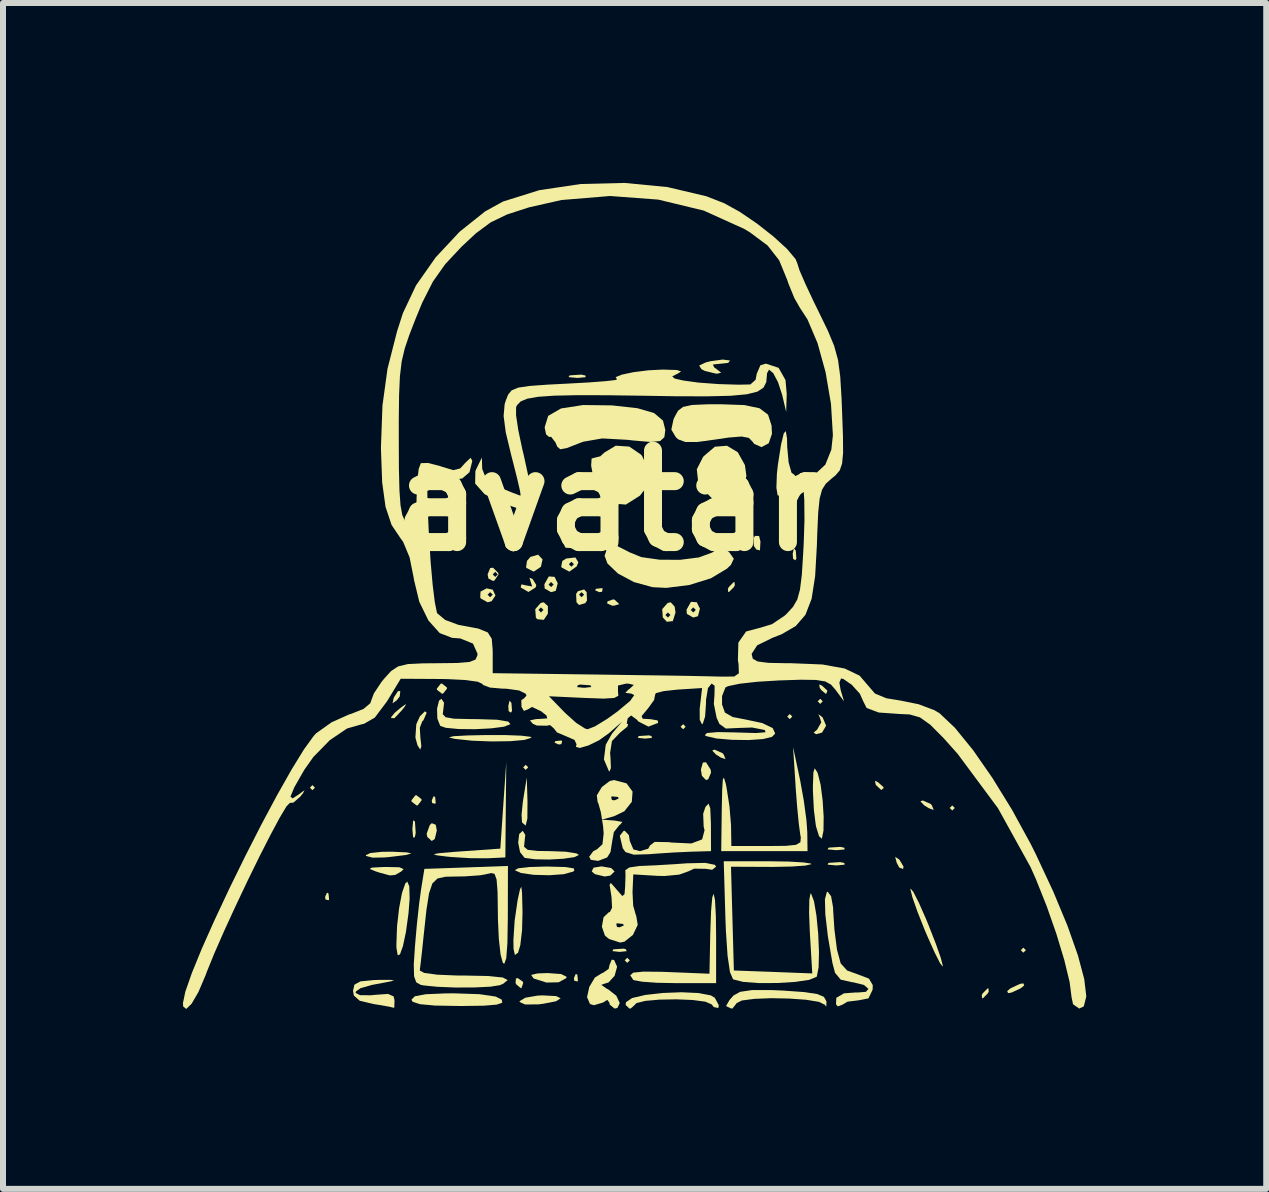
<source format=kicad_pcb>
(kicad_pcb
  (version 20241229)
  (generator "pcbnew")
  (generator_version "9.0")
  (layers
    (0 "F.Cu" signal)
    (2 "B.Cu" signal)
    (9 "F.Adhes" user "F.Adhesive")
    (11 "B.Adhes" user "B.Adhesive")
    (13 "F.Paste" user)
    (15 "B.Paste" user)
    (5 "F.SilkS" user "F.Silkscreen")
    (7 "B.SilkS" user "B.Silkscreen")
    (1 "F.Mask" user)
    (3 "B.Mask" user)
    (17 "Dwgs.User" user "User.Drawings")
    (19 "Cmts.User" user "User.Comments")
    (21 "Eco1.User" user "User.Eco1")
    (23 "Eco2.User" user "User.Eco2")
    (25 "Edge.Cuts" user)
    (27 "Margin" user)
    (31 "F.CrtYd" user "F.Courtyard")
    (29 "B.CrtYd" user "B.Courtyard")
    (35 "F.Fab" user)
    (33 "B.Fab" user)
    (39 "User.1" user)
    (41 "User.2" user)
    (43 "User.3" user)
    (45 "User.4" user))
  (footprint "avatar"
    (layer "F.Cu")
    (at 7.112 5.299)
    (property "Reference" "avatar" (at 0 0 0) (layer "F.SilkS") (effects (font (size 1.524 1.524) (thickness 0.3))))
    (attr board_only exclude_from_pos_files exclude_from_bom)
    (fp_poly (pts (xy -0.124 5.317) (xy -0.127 5.317) (xy -0.124 5.316)) (stroke (width 0) (type solid)) (fill yes) (layer "F.SilkS"))
    (fp_poly (pts (xy -4.911 4.784) (xy -4.953 4.826) (xy -4.995 4.784) (xy -4.953 4.741)) (stroke (width 0) (type solid)) (fill yes) (layer "F.SilkS"))
    (fp_poly (pts (xy -1.355 4.445) (xy -1.397 4.487) (xy -1.439 4.445) (xy -1.397 4.403)) (stroke (width 0) (type solid)) (fill yes) (layer "F.SilkS"))
    (fp_poly (pts (xy 0.339 7.662) (xy 0.296 7.705) (xy 0.254 7.662) (xy 0.296 7.62)) (stroke (width 0) (type solid)) (fill yes) (layer "F.SilkS"))
    (fp_poly (pts (xy 1.27 3.768) (xy 1.228 3.81) (xy 1.185 3.768) (xy 1.228 3.725)) (stroke (width 0) (type solid)) (fill yes) (layer "F.SilkS"))
    (fp_poly (pts (xy 3.048 3.598) (xy 3.006 3.641) (xy 2.963 3.598) (xy 3.006 3.556)) (stroke (width 0) (type solid)) (fill yes) (layer "F.SilkS"))
    (fp_poly (pts (xy 3.556 3.344) (xy 3.514 3.387) (xy 3.471 3.344) (xy 3.514 3.302)) (stroke (width 0) (type solid)) (fill yes) (layer "F.SilkS"))
    (fp_poly (pts (xy 5.757 5.122) (xy 5.715 5.165) (xy 5.673 5.122) (xy 5.715 5.08)) (stroke (width 0) (type solid)) (fill yes) (layer "F.SilkS"))
    (fp_poly (pts (xy 6.943 7.493) (xy 6.9 7.535) (xy 6.858 7.493) (xy 6.9 7.451)) (stroke (width 0) (type solid)) (fill yes) (layer "F.SilkS"))
    (fp_poly (pts (xy -4.685 6.548) (xy -4.675 6.648) (xy -4.685 6.66) (xy -4.735 6.649) (xy -4.741 6.604) (xy -4.71 6.534)) (stroke (width 0) (type solid)) (fill yes) (layer "F.SilkS"))
    (fp_poly (pts (xy -2.907 4.939) (xy -2.897 5.039) (xy -2.907 5.052) (xy -2.957 5.04) (xy -2.963 4.995) (xy -2.932 4.926)) (stroke (width 0) (type solid)) (fill yes) (layer "F.SilkS"))
    (fp_poly (pts (xy -1.635 3.371) (xy -1.625 3.503) (xy -1.642 3.533) (xy -1.681 3.508) (xy -1.687 3.422) (xy -1.666 3.332)) (stroke (width 0) (type solid)) (fill yes) (layer "F.SilkS"))
    (fp_poly (pts (xy -0.79 4.008) (xy -0.802 4.058) (xy -0.847 4.064) (xy -0.916 4.033) (xy -0.903 4.008) (xy -0.803 3.997)) (stroke (width 0) (type solid)) (fill yes) (layer "F.SilkS"))
    (fp_poly (pts (xy -0.536 7.902) (xy -0.526 8.003) (xy -0.536 8.015) (xy -0.587 8.003) (xy -0.593 7.959) (xy -0.562 7.889)) (stroke (width 0) (type solid)) (fill yes) (layer "F.SilkS"))
    (fp_poly (pts (xy -0.113 1.468) (xy -0.125 1.518) (xy -0.169 1.524) (xy -0.239 1.493) (xy -0.226 1.468) (xy -0.125 1.457)) (stroke (width 0) (type solid)) (fill yes) (layer "F.SilkS"))
    (fp_poly (pts (xy 0.275 7.479) (xy 0.286 7.51) (xy 0.169 7.522) (xy 0.049 7.509) (xy 0.064 7.479) (xy 0.237 7.468)) (stroke (width 0) (type solid)) (fill yes) (layer "F.SilkS"))
    (fp_poly (pts (xy 0.699 3.923) (xy 0.709 3.954) (xy 0.593 3.966) (xy 0.472 3.953) (xy 0.487 3.923) (xy 0.66 3.912)) (stroke (width 0) (type solid)) (fill yes) (layer "F.SilkS"))
    (fp_poly (pts (xy 3.106 0.831) (xy 3.116 0.963) (xy 3.099 0.993) (xy 3.061 0.968) (xy 3.055 0.882) (xy 3.075 0.792)) (stroke (width 0) (type solid)) (fill yes) (layer "F.SilkS"))
    (fp_poly (pts (xy -3.497 3.262) (xy -3.545 3.325) (xy -3.617 3.378) (xy -3.599 3.293) (xy -3.593 3.277) (xy -3.526 3.174) (xy -3.488 3.173)) (stroke (width 0) (type solid)) (fill yes) (layer "F.SilkS"))
    (fp_poly (pts (xy 0.091 1.655) (xy 0.164 1.724) (xy 0.077 1.749) (xy 0.046 1.75) (xy -0.039 1.712) (xy -0.033 1.678) (xy 0.065 1.643)) (stroke (width 0) (type solid)) (fill yes) (layer "F.SilkS"))
    (fp_poly (pts (xy 1.887 4.21) (xy 1.905 4.233) (xy 1.935 4.309) (xy 1.855 4.281) (xy 1.778 4.233) (xy 1.713 4.165) (xy 1.752 4.15)) (stroke (width 0) (type solid)) (fill yes) (layer "F.SilkS"))
    (fp_poly (pts (xy 2.494 0.587) (xy 2.517 0.678) (xy 2.509 0.827) (xy 2.451 0.815) (xy 2.408 0.755) (xy 2.404 0.62) (xy 2.428 0.586)) (stroke (width 0) (type solid)) (fill yes) (layer "F.SilkS"))
    (fp_poly (pts (xy 3.543 3.082) (xy 3.634 3.167) (xy 3.615 3.217) (xy 3.603 3.217) (xy 3.532 3.157) (xy 3.506 3.12) (xy 3.496 3.062)) (stroke (width 0) (type solid)) (fill yes) (layer "F.SilkS"))
    (fp_poly (pts (xy 4.474 4.691) (xy 4.564 4.77) (xy 4.572 4.789) (xy 4.532 4.823) (xy 4.448 4.745) (xy 4.437 4.728) (xy 4.427 4.67)) (stroke (width 0) (type solid)) (fill yes) (layer "F.SilkS"))
    (fp_poly (pts (xy 4.825 5.978) (xy 4.837 5.989) (xy 4.903 6.1) (xy 4.894 6.141) (xy 4.831 6.115) (xy 4.789 6.036) (xy 4.763 5.937)) (stroke (width 0) (type solid)) (fill yes) (layer "F.SilkS"))
    (fp_poly (pts (xy 5.358 5.057) (xy 5.376 5.08) (xy 5.406 5.156) (xy 5.326 5.127) (xy 5.249 5.08) (xy 5.184 5.012) (xy 5.223 4.997)) (stroke (width 0) (type solid)) (fill yes) (layer "F.SilkS"))
    (fp_poly (pts (xy -3.413 3.431) (xy -3.461 3.493) (xy -3.584 3.624) (xy -3.639 3.624) (xy -3.641 3.609) (xy -3.583 3.538) (xy -3.493 3.461) (xy -3.392 3.387)) (stroke (width 0) (type solid)) (fill yes) (layer "F.SilkS"))
    (fp_poly (pts (xy -3.248 5.342) (xy -3.243 5.357) (xy -3.231 5.541) (xy -3.246 5.611) (xy -3.274 5.614) (xy -3.286 5.481) (xy -3.285 5.461) (xy -3.273 5.33)) (stroke (width 0) (type solid)) (fill yes) (layer "F.SilkS"))
    (fp_poly (pts (xy -3.135 4.975) (xy -3.133 4.995) (xy -3.197 5.078) (xy -3.217 5.08) (xy -3.3 5.016) (xy -3.302 4.995) (xy -3.238 4.913) (xy -3.217 4.911)) (stroke (width 0) (type solid)) (fill yes) (layer "F.SilkS"))
    (fp_poly (pts (xy -2.897 5.402) (xy -2.879 5.498) (xy -2.913 5.639) (xy -2.963 5.673) (xy -3.039 5.604) (xy -3.048 5.551) (xy -2.996 5.407) (xy -2.963 5.376)) (stroke (width 0) (type solid)) (fill yes) (layer "F.SilkS"))
    (fp_poly (pts (xy -2.712 3.112) (xy -2.709 3.133) (xy -2.774 3.215) (xy -2.794 3.217) (xy -2.876 3.153) (xy -2.879 3.133) (xy -2.814 3.05) (xy -2.794 3.048)) (stroke (width 0) (type solid)) (fill yes) (layer "F.SilkS"))
    (fp_poly (pts (xy -1.443 8.02) (xy -1.439 8.043) (xy -1.468 8.126) (xy -1.477 8.128) (xy -1.549 8.069) (xy -1.566 8.043) (xy -1.56 7.965) (xy -1.529 7.959)) (stroke (width 0) (type solid)) (fill yes) (layer "F.SilkS"))
    (fp_poly (pts (xy -1.116 0.977) (xy -1.143 1.101) (xy -1.264 1.182) (xy -1.385 1.12) (xy -1.391 1.11) (xy -1.375 1.002) (xy -1.319 0.937) (xy -1.19 0.899)) (stroke (width 0) (type solid)) (fill yes) (layer "F.SilkS"))
    (fp_poly (pts (xy -0.579 0.572) (xy -0.53 0.699) (xy -0.595 0.791) (xy -0.726 0.784) (xy -0.737 0.777) (xy -0.791 0.665) (xy -0.761 0.591) (xy -0.673 0.513)) (stroke (width 0) (type solid)) (fill yes) (layer "F.SilkS"))
    (fp_poly (pts (xy -0.401 -2.088) (xy -0.398 -2.06) (xy -0.53 -2.048) (xy -0.55 -2.049) (xy -0.682 -2.061) (xy -0.669 -2.086) (xy -0.655 -2.091) (xy -0.47 -2.103)) (stroke (width 0) (type solid)) (fill yes) (layer "F.SilkS"))
    (fp_poly (pts (xy 0.029 6.124) (xy 0.085 6.181) (xy 0.014 6.25) (xy -0.08 6.265) (xy -0.242 6.226) (xy -0.296 6.181) (xy -0.266 6.118) (xy -0.132 6.096)) (stroke (width 0) (type solid)) (fill yes) (layer "F.SilkS"))
    (fp_poly (pts (xy 1.687 4.483) (xy 1.693 4.535) (xy 1.646 4.644) (xy 1.609 4.657) (xy 1.541 4.586) (xy 1.524 4.482) (xy 1.557 4.365) (xy 1.609 4.36)) (stroke (width 0) (type solid)) (fill yes) (layer "F.SilkS"))
    (fp_poly (pts (xy 2.09 1.409) (xy 2.074 1.439) (xy 1.995 1.52) (xy 1.98 1.524) (xy 1.974 1.469) (xy 1.99 1.439) (xy 2.069 1.358) (xy 2.084 1.355)) (stroke (width 0) (type solid)) (fill yes) (layer "F.SilkS"))
    (fp_poly (pts (xy 3.917 5.786) (xy 3.92 5.814) (xy 3.788 5.826) (xy 3.768 5.825) (xy 3.636 5.813) (xy 3.649 5.788) (xy 3.663 5.783) (xy 3.848 5.771)) (stroke (width 0) (type solid)) (fill yes) (layer "F.SilkS"))
    (fp_poly (pts (xy 3.917 6.04) (xy 3.92 6.068) (xy 3.788 6.08) (xy 3.768 6.079) (xy 3.636 6.067) (xy 3.649 6.042) (xy 3.663 6.037) (xy 3.848 6.025)) (stroke (width 0) (type solid)) (fill yes) (layer "F.SilkS"))
    (fp_poly (pts (xy 6.323 8.183) (xy 6.308 8.213) (xy 6.228 8.294) (xy 6.213 8.297) (xy 6.207 8.243) (xy 6.223 8.213) (xy 6.303 8.132) (xy 6.318 8.128)) (stroke (width 0) (type solid)) (fill yes) (layer "F.SilkS"))
    (fp_poly (pts (xy 6.915 8.081) (xy 6.858 8.128) (xy 6.704 8.2) (xy 6.646 8.21) (xy 6.631 8.175) (xy 6.689 8.128) (xy 6.843 8.056) (xy 6.9 8.046)) (stroke (width 0) (type solid)) (fill yes) (layer "F.SilkS"))
    (fp_poly (pts (xy -1.367 5.016) (xy -1.369 5.298) (xy -1.398 5.416) (xy -1.452 5.37) (xy -1.459 5.355) (xy -1.466 5.238) (xy -1.445 5.024) (xy -1.434 4.953) (xy -1.379 4.614)) (stroke (width 0) (type solid)) (fill yes) (layer "F.SilkS"))
    (fp_poly (pts (xy 3.553 3.612) (xy 3.612 3.75) (xy 3.544 3.866) (xy 3.445 3.893) (xy 3.404 3.865) (xy 3.461 3.818) (xy 3.531 3.695) (xy 3.512 3.629) (xy 3.483 3.558)) (stroke (width 0) (type solid)) (fill yes) (layer "F.SilkS"))
    (fp_poly (pts (xy -0.807 7.891) (xy -0.715 7.937) (xy -0.72 7.959) (xy -0.848 8.029) (xy -1.052 8.033) (xy -1.251 7.97) (xy -1.27 7.959) (xy -1.306 7.906) (xy -1.198 7.881) (xy -1.032 7.875)) (stroke (width 0) (type solid)) (fill yes) (layer "F.SilkS"))
    (fp_poly (pts (xy -3.502 6.111) (xy -3.433 6.142) (xy -3.471 6.181) (xy -3.572 6.239) (xy -3.663 6.247) (xy -3.819 6.205) (xy -3.895 6.181) (xy -3.997 6.139) (xy -3.963 6.117) (xy -3.778 6.107) (xy -3.725 6.106)) (stroke (width 0) (type solid)) (fill yes) (layer "F.SilkS"))
    (fp_poly (pts (xy -3.377 5.863) (xy -3.303 5.881) (xy -3.398 5.907) (xy -3.66 5.939) (xy -3.747 5.947) (xy -3.95 5.951) (xy -4.058 5.922) (xy -4.064 5.91) (xy -3.988 5.874) (xy -3.792 5.853) (xy -3.619 5.852)) (stroke (width 0) (type solid)) (fill yes) (layer "F.SilkS"))
    (fp_poly (pts (xy -1.282 1.305) (xy -1.22 1.406) (xy -1.231 1.445) (xy -1.351 1.521) (xy -1.475 1.449) (xy -1.481 1.44) (xy -1.467 1.394) (xy -1.388 1.412) (xy -1.289 1.429) (xy -1.312 1.356) (xy -1.335 1.284)) (stroke (width 0) (type solid)) (fill yes) (layer "F.SilkS"))
    (fp_poly (pts (xy -0.888 8.259) (xy -0.814 8.296) (xy -0.891 8.345) (xy -1.111 8.388) (xy -1.186 8.397) (xy -1.407 8.399) (xy -1.498 8.358) (xy -1.497 8.342) (xy -1.402 8.286) (xy -1.2 8.251) (xy -1.118 8.247)) (stroke (width 0) (type solid)) (fill yes) (layer "F.SilkS"))
    (fp_poly (pts (xy -3.048 3.535) (xy -3.103 3.662) (xy -3.121 3.676) (xy -3.162 3.784) (xy -3.154 3.935) (xy -3.137 4.094) (xy -3.155 4.149) (xy -3.201 4.077) (xy -3.236 3.948) (xy -3.221 3.726) (xy -3.161 3.594) (xy -3.076 3.51)) (stroke (width 0) (type solid)) (fill yes) (layer "F.SilkS"))
    (fp_poly (pts (xy -1.735 3.907) (xy -1.47 3.917) (xy -1.319 3.935) (xy -1.299 3.951) (xy -1.419 3.988) (xy -1.657 4.009) (xy -1.964 4.013) (xy -2.29 4.001) (xy -2.582 3.97) (xy -2.677 3.946) (xy -2.604 3.926) (xy -2.364 3.913) (xy -2.081 3.907)) (stroke (width 0) (type solid)) (fill yes) (layer "F.SilkS"))
    (fp_poly (pts (xy -1.042 6.099) (xy -0.74 6.107) (xy -0.593 6.13) (xy -0.587 6.17) (xy -0.608 6.184) (xy -0.767 6.227) (xy -1.006 6.244) (xy -1.264 6.237) (xy -1.476 6.207) (xy -1.579 6.16) (xy -1.522 6.128) (xy -1.336 6.107) (xy -1.059 6.099)) (stroke (width 0) (type solid)) (fill yes) (layer "F.SilkS"))
    (fp_poly (pts (xy -3.338 6.427) (xy -3.332 6.634) (xy -3.351 6.879) (xy -3.394 7.192) (xy -3.444 7.427) (xy -3.493 7.563) (xy -3.531 7.579) (xy -3.552 7.454) (xy -3.553 7.399) (xy -3.542 7.096) (xy -3.508 6.795) (xy -3.46 6.541) (xy -3.405 6.382) (xy -3.371 6.35)) (stroke (width 0) (type solid)) (fill yes) (layer "F.SilkS"))
    (fp_poly (pts (xy -1.854 1.204) (xy -1.85 1.228) (xy -1.916 1.327) (xy -1.941 1.338) (xy -2.018 1.298) (xy -2.032 1.228) (xy -1.947 1.228) (xy -1.905 1.27) (xy -1.863 1.228) (xy -1.905 1.185) (xy -1.947 1.228) (xy -2.032 1.228) (xy -1.989 1.122) (xy -1.941 1.117)) (stroke (width 0) (type solid)) (fill yes) (layer "F.SilkS"))
    (fp_poly (pts (xy -1.729 5.153) (xy -1.736 5.947) (xy -2.032 5.961) (xy -2.312 5.96) (xy -2.635 5.94) (xy -2.709 5.933) (xy -2.884 5.911) (xy -2.931 5.893) (xy -2.84 5.876) (xy -2.597 5.855) (xy -2.455 5.845) (xy -1.82 5.8) (xy -1.771 5.08) (xy -1.721 4.36)) (stroke (width 0) (type solid)) (fill yes) (layer "F.SilkS"))
    (fp_poly (pts (xy -1.458 6.532) (xy -1.452 6.781) (xy -1.45 6.858) (xy -1.458 7.163) (xy -1.487 7.411) (xy -1.524 7.535) (xy -1.577 7.574) (xy -1.6 7.469) (xy -1.602 7.324) (xy -1.581 7) (xy -1.533 6.669) (xy -1.529 6.646) (xy -1.492 6.479) (xy -1.47 6.436)) (stroke (width 0) (type solid)) (fill yes) (layer "F.SilkS"))
    (fp_poly (pts (xy -0.916 1.269) (xy -0.863 1.376) (xy -0.896 1.502) (xy -0.974 1.524) (xy -1.081 1.463) (xy -1.085 1.397) (xy -1.016 1.397) (xy -0.974 1.439) (xy -0.931 1.397) (xy -0.974 1.355) (xy -1.016 1.397) (xy -1.085 1.397) (xy -1.086 1.393) (xy -1.012 1.262)) (stroke (width 0) (type solid)) (fill yes) (layer "F.SilkS"))
    (fp_poly (pts (xy 1.455 1.692) (xy 1.508 1.799) (xy 1.475 1.925) (xy 1.397 1.947) (xy 1.29 1.887) (xy 1.285 1.82) (xy 1.355 1.82) (xy 1.397 1.863) (xy 1.439 1.82) (xy 1.397 1.778) (xy 1.355 1.82) (xy 1.285 1.82) (xy 1.285 1.816) (xy 1.358 1.686)) (stroke (width 0) (type solid)) (fill yes) (layer "F.SilkS"))
    (fp_poly (pts (xy -1.946 1.483) (xy -1.901 1.58) (xy -1.965 1.675) (xy -2.032 1.693) (xy -2.142 1.632) (xy -2.155 1.615) (xy -2.153 1.566) (xy -2.032 1.566) (xy -1.99 1.609) (xy -1.947 1.566) (xy -1.99 1.524) (xy -2.032 1.566) (xy -2.153 1.566) (xy -2.15 1.514) (xy -2.048 1.461)) (stroke (width 0) (type solid)) (fill yes) (layer "F.SilkS"))
    (fp_poly (pts (xy -1.027 1.756) (xy -1.027 1.883) (xy -1.095 1.986) (xy -1.204 1.975) (xy -1.227 1.949) (xy -1.237 1.82) (xy -1.185 1.82) (xy -1.143 1.863) (xy -1.101 1.82) (xy -1.143 1.778) (xy -1.185 1.82) (xy -1.237 1.82) (xy -1.238 1.808) (xy -1.146 1.704) (xy -1.096 1.693)) (stroke (width 0) (type solid)) (fill yes) (layer "F.SilkS"))
    (fp_poly (pts (xy -0.519 1.026) (xy -0.547 1.095) (xy -0.67 1.182) (xy -0.795 1.115) (xy -0.805 1.1) (xy -0.797 1.058) (xy -0.677 1.058) (xy -0.635 1.101) (xy -0.593 1.058) (xy -0.635 1.016) (xy -0.677 1.058) (xy -0.797 1.058) (xy -0.786 1.004) (xy -0.721 0.963) (xy -0.568 0.946)) (stroke (width 0) (type solid)) (fill yes) (layer "F.SilkS"))
    (fp_poly (pts (xy -0.381 1.524) (xy -0.375 1.664) (xy -0.404 1.708) (xy -0.508 1.738) (xy -0.55 1.693) (xy -0.556 1.566) (xy -0.508 1.566) (xy -0.466 1.609) (xy -0.423 1.566) (xy -0.466 1.524) (xy -0.508 1.566) (xy -0.556 1.566) (xy -0.556 1.553) (xy -0.527 1.509) (xy -0.423 1.479)) (stroke (width 0) (type solid)) (fill yes) (layer "F.SilkS"))
    (fp_poly (pts (xy 1.086 1.764) (xy 1.101 1.863) (xy 1.056 2.007) (xy 0.957 2.018) (xy 0.889 1.947) (xy 0.886 1.905) (xy 0.931 1.905) (xy 0.974 1.947) (xy 1.016 1.905) (xy 0.974 1.863) (xy 0.931 1.905) (xy 0.886 1.905) (xy 0.879 1.807) (xy 0.971 1.704) (xy 1.021 1.693)) (stroke (width 0) (type solid)) (fill yes) (layer "F.SilkS"))
    (fp_poly (pts (xy -2.168 8.227) (xy -1.897 8.267) (xy -1.795 8.319) (xy -1.788 8.369) (xy -1.88 8.401) (xy -2.094 8.419) (xy -2.452 8.424) (xy -2.505 8.424) (xy -2.907 8.417) (xy -3.16 8.394) (xy -3.283 8.353) (xy -3.302 8.319) (xy -3.245 8.262) (xy -3.064 8.228) (xy -2.738 8.214) (xy -2.593 8.213)) (stroke (width 0) (type solid)) (fill yes) (layer "F.SilkS"))
    (fp_poly (pts (xy 2.006 -2.339) (xy 2.01 -2.336) (xy 1.978 -2.298) (xy 1.856 -2.285) (xy 1.724 -2.272) (xy 1.745 -2.224) (xy 1.778 -2.201) (xy 1.862 -2.135) (xy 1.799 -2.119) (xy 1.778 -2.119) (xy 1.593 -2.163) (xy 1.534 -2.193) (xy 1.495 -2.254) (xy 1.607 -2.307) (xy 1.688 -2.327) (xy 1.888 -2.354)) (stroke (width 0) (type solid)) (fill yes) (layer "F.SilkS"))
    (fp_poly (pts (xy 2.139 -0.809) (xy 2.258 -0.595) (xy 2.283 -0.415) (xy 2.227 -0.201) (xy 2.087 -0.014) (xy 1.914 0.082) (xy 1.883 0.085) (xy 1.772 0.024) (xy 1.626 -0.124) (xy 1.615 -0.138) (xy 1.474 -0.354) (xy 1.456 -0.525) (xy 1.556 -0.722) (xy 1.571 -0.743) (xy 1.757 -0.901) (xy 1.959 -0.917)) (stroke (width 0) (type solid)) (fill yes) (layer "F.SilkS"))
    (fp_poly (pts (xy 3.463 4.524) (xy 3.475 4.554) (xy 3.521 4.738) (xy 3.554 4.997) (xy 3.571 5.27) (xy 3.568 5.501) (xy 3.542 5.629) (xy 3.538 5.634) (xy 3.494 5.593) (xy 3.445 5.435) (xy 3.44 5.411) (xy 3.408 5.154) (xy 3.392 4.841) (xy 3.392 4.752) (xy 3.4 4.53) (xy 3.421 4.46)) (stroke (width 0) (type solid)) (fill yes) (layer "F.SilkS"))
    (fp_poly (pts (xy 5.066 6.521) (xy 5.157 6.7) (xy 5.276 6.969) (xy 5.322 7.081) (xy 5.44 7.383) (xy 5.523 7.619) (xy 5.557 7.751) (xy 5.555 7.766) (xy 5.511 7.709) (xy 5.42 7.529) (xy 5.3 7.26) (xy 5.253 7.15) (xy 5.134 6.849) (xy 5.051 6.613) (xy 5.018 6.481) (xy 5.02 6.466)) (stroke (width 0) (type solid)) (fill yes) (layer "F.SilkS"))
    (fp_poly (pts (xy -1.523 0.636) (xy -1.478 0.733) (xy -1.541 0.828) (xy -1.609 0.847) (xy -1.719 0.786) (xy -1.732 0.768) (xy -1.729 0.706) (xy -1.665 0.706) (xy -1.653 0.756) (xy -1.609 0.762) (xy -1.539 0.731) (xy -1.552 0.706) (xy -1.653 0.695) (xy -1.665 0.706) (xy -1.729 0.706) (xy -1.727 0.667) (xy -1.625 0.614)) (stroke (width 0) (type solid)) (fill yes) (layer "F.SilkS"))
    (fp_poly (pts (xy 0.085 5.332) (xy 0.214 5.355) (xy 0.181 5.398) (xy 0.169 5.403) (xy 0.073 5.524) (xy 0.046 5.673) (xy 0.017 5.858) (xy -0.038 5.947) (xy -0.189 6.005) (xy -0.311 5.987) (xy -0.339 5.936) (xy -0.271 5.844) (xy -0.204 5.808) (xy -0.117 5.727) (xy -0.097 5.548) (xy -0.108 5.415) (xy -0.124 5.317)) (stroke (width 0) (type solid)) (fill yes) (layer "F.SilkS"))
    (fp_poly (pts (xy 0.33 -0.903) (xy 0.526 -0.769) (xy 0.546 -0.743) (xy 0.666 -0.474) (xy 0.622 -0.232) (xy 0.508 -0.085) (xy 0.273 0.064) (xy 0.043 0.045) (xy -0.128 -0.085) (xy -0.21 -0.224) (xy -0.273 -0.409) (xy -0.306 -0.586) (xy -0.298 -0.704) (xy -0.25 -0.717) (xy -0.153 -0.741) (xy -0.084 -0.805) (xy 0.105 -0.918)) (stroke (width 0) (type solid)) (fill yes) (layer "F.SilkS"))
    (fp_poly (pts (xy -1.404 5.571) (xy -1.415 5.673) (xy -1.424 5.769) (xy -1.364 5.82) (xy -1.198 5.839) (xy -0.984 5.842) (xy -0.726 5.852) (xy -0.553 5.879) (xy -0.509 5.905) (xy -0.584 5.942) (xy -0.77 5.969) (xy -1.008 5.982) (xy -1.239 5.978) (xy -1.405 5.956) (xy -1.418 5.951) (xy -1.491 5.859) (xy -1.522 5.702) (xy -1.506 5.558) (xy -1.447 5.503)) (stroke (width 0) (type solid)) (fill yes) (layer "F.SilkS"))
    (fp_poly (pts (xy 1.759 6.657) (xy 1.774 6.924) (xy 1.778 7.267) (xy 1.778 8.043) (xy 1.115 8.043) (xy 0.794 8.037) (xy 0.543 8.019) (xy 0.406 7.993) (xy 0.395 7.987) (xy 0.346 7.912) (xy 0.396 7.868) (xy 0.566 7.851) (xy 0.877 7.854) (xy 1.003 7.859) (xy 1.667 7.886) (xy 1.68 7.231) (xy 1.694 6.838) (xy 1.714 6.613) (xy 1.737 6.553)) (stroke (width 0) (type solid)) (fill yes) (layer "F.SilkS"))
    (fp_poly (pts (xy -2.758 3.369) (xy -2.769 3.471) (xy -2.78 3.559) (xy -2.731 3.61) (xy -2.59 3.634) (xy -2.324 3.64) (xy -2.206 3.641) (xy -1.877 3.651) (xy -1.688 3.682) (xy -1.651 3.725) (xy -1.756 3.767) (xy -1.972 3.795) (xy -2.245 3.809) (xy -2.516 3.806) (xy -2.729 3.786) (xy -2.822 3.754) (xy -2.87 3.633) (xy -2.875 3.466) (xy -2.842 3.333) (xy -2.802 3.302)) (stroke (width 0) (type solid)) (fill yes) (layer "F.SilkS"))
    (fp_poly (pts (xy 0.286 4.713) (xy 0.385 4.85) (xy 0.372 5.02) (xy 0.248 5.177) (xy 0.077 5.26) (xy -0.124 5.316) (xy -0.145 5.188) (xy -0.187 5.041) (xy -0.198 5.023) (xy -0.208 4.939) (xy 0.028 4.939) (xy 0.04 4.989) (xy 0.085 4.995) (xy 0.154 4.964) (xy 0.141 4.939) (xy 0.041 4.929) (xy 0.028 4.939) (xy -0.208 4.939) (xy -0.211 4.912) (xy -0.128 4.774) (xy 0.004 4.673) (xy 0.077 4.657)) (stroke (width 0) (type solid)) (fill yes) (layer "F.SilkS"))
    (fp_poly (pts (xy 1.483 8.208) (xy 1.689 8.247) (xy 1.756 8.287) (xy 1.822 8.41) (xy 1.815 8.458) (xy 1.739 8.442) (xy 1.703 8.397) (xy 1.598 8.352) (xy 1.386 8.324) (xy 1.114 8.313) (xy 0.834 8.318) (xy 0.596 8.339) (xy 0.448 8.376) (xy 0.424 8.403) (xy 0.357 8.464) (xy 0.332 8.467) (xy 0.269 8.406) (xy 0.275 8.361) (xy 0.376 8.292) (xy 0.597 8.24) (xy 0.888 8.207) (xy 1.2 8.195)) (stroke (width 0) (type solid)) (fill yes) (layer "F.SilkS"))
    (fp_poly (pts (xy 0.041 -1.59) (xy 0.466 -1.543) (xy 0.744 -1.462) (xy 0.892 -1.336) (xy 0.931 -1.18) (xy 0.915 -1.059) (xy 0.845 -0.996) (xy 0.686 -0.98) (xy 0.403 -1.004) (xy 0.296 -1.016) (xy -0.12 -1.039) (xy -0.434 -0.985) (xy -0.497 -0.962) (xy -0.712 -0.878) (xy -0.82 -0.858) (xy -0.871 -0.902) (xy -0.901 -0.973) (xy -0.972 -1.065) (xy -1.007 -1.064) (xy -1.057 -1.106) (xy -1.081 -1.224) (xy -1.022 -1.415) (xy -0.807 -1.539) (xy -0.438 -1.596)) (stroke (width 0) (type solid)) (fill yes) (layer "F.SilkS"))
    (fp_poly (pts (xy 0.315 0.849) (xy 0.324 0.855) (xy 0.531 0.94) (xy 0.836 0.983) (xy 1.177 0.985) (xy 1.49 0.945) (xy 1.712 0.864) (xy 1.734 0.848) (xy 1.865 0.778) (xy 1.985 0.848) (xy 1.997 0.86) (xy 2.073 0.967) (xy 2.025 1.068) (xy 1.958 1.133) (xy 1.691 1.293) (xy 1.33 1.405) (xy 0.946 1.453) (xy 0.717 1.441) (xy 0.408 1.356) (xy 0.143 1.215) (xy -0.034 1.046) (xy -0.082 0.917) (xy -0.03 0.771) (xy 0.113 0.747)) (stroke (width 0) (type solid)) (fill yes) (layer "F.SilkS"))
    (fp_poly (pts (xy 2.96 -1.04) (xy 2.963 -0.898) (xy 2.987 -0.639) (xy 3.046 -0.428) (xy 3.054 -0.413) (xy 3.098 -0.237) (xy 3.091 -0.024) (xy 3.044 0.161) (xy 2.965 0.252) (xy 2.953 0.254) (xy 2.91 0.18) (xy 2.907 -0.006) (xy 2.914 -0.064) (xy 2.931 -0.227) (xy 2.922 -0.26) (xy 2.912 -0.233) (xy 2.849 -0.086) (xy 2.804 -0.088) (xy 2.783 -0.216) (xy 2.791 -0.449) (xy 2.809 -0.608) (xy 2.861 -0.938) (xy 2.906 -1.124) (xy 2.94 -1.161)) (stroke (width 0) (type solid)) (fill yes) (layer "F.SilkS"))
    (fp_poly (pts (xy -3.591 7.998) (xy -3.641 8.012) (xy -3.966 8.074) (xy -4.151 8.127) (xy -4.227 8.181) (xy -4.233 8.206) (xy -4.159 8.244) (xy -3.976 8.245) (xy -3.909 8.238) (xy -3.692 8.223) (xy -3.599 8.264) (xy -3.584 8.33) (xy -3.588 8.443) (xy -3.591 8.455) (xy -3.671 8.436) (xy -3.86 8.403) (xy -3.937 8.391) (xy -4.164 8.337) (xy -4.262 8.25) (xy -4.276 8.17) (xy -4.252 8.068) (xy -4.153 8.014) (xy -3.937 7.992) (xy -3.852 7.989) (xy -3.656 7.988)) (stroke (width 0) (type solid)) (fill yes) (layer "F.SilkS"))
    (fp_poly (pts (xy 2.25 -1.595) (xy 2.502 -1.542) (xy 2.644 -1.435) (xy 2.702 -1.256) (xy 2.709 -1.115) (xy 2.655 -0.958) (xy 2.534 -0.894) (xy 2.411 -0.949) (xy 2.388 -0.982) (xy 2.324 -1.048) (xy 2.202 -1.071) (xy 1.982 -1.053) (xy 1.774 -1.022) (xy 1.461 -0.979) (xy 1.268 -0.979) (xy 1.149 -1.022) (xy 1.108 -1.057) (xy 1.031 -1.186) (xy 1.067 -1.355) (xy 1.084 -1.394) (xy 1.143 -1.501) (xy 1.228 -1.565) (xy 1.377 -1.597) (xy 1.631 -1.608) (xy 1.858 -1.609)) (stroke (width 0) (type solid)) (fill yes) (layer "F.SilkS"))
    (fp_poly (pts (xy 2.893 8.167) (xy 3.246 8.192) (xy 3.462 8.224) (xy 3.574 8.271) (xy 3.616 8.344) (xy 3.618 8.357) (xy 3.614 8.436) (xy 3.59 8.403) (xy 3.492 8.355) (xy 3.279 8.32) (xy 2.998 8.3) (xy 2.695 8.294) (xy 2.416 8.305) (xy 2.208 8.332) (xy 2.117 8.377) (xy 2.117 8.382) (xy 2.052 8.464) (xy 2.032 8.467) (xy 1.95 8.429) (xy 1.947 8.418) (xy 2 8.326) (xy 2.068 8.249) (xy 2.178 8.188) (xy 2.374 8.159) (xy 2.688 8.158)) (stroke (width 0) (type solid)) (fill yes) (layer "F.SilkS"))
    (fp_poly (pts (xy 0.077 7.657) (xy 0.127 7.769) (xy 0.086 7.92) (xy -0.016 8.032) (xy -0.073 8.049) (xy -0.137 8.072) (xy -0.046 8.135) (xy -0.021 8.147) (xy 0.114 8.253) (xy 0.171 8.375) (xy 0.132 8.457) (xy 0.085 8.467) (xy 0.004 8.401) (xy 0 8.372) (xy -0.036 8.321) (xy -0.109 8.367) (xy -0.259 8.411) (xy -0.325 8.391) (xy -0.374 8.277) (xy -0.337 8.107) (xy -0.244 7.95) (xy -0.122 7.874) (xy -0.113 7.874) (xy -0.014 7.806) (xy 0 7.742) (xy 0.037 7.652)) (stroke (width 0) (type solid)) (fill yes) (layer "F.SilkS"))
    (fp_poly (pts (xy 3.178 4.657) (xy 3.24 5) (xy 3.284 5.328) (xy 3.298 5.524) (xy 3.302 5.842) (xy 1.863 5.842) (xy 1.872 5.144) (xy 1.879 4.818) (xy 1.89 4.647) (xy 1.908 4.616) (xy 1.937 4.712) (xy 1.952 4.784) (xy 2.001 5.099) (xy 2.027 5.414) (xy 2.027 5.44) (xy 2.032 5.757) (xy 2.626 5.757) (xy 2.936 5.754) (xy 3.11 5.737) (xy 3.183 5.694) (xy 3.19 5.614) (xy 3.181 5.567) (xy 3.157 5.39) (xy 3.129 5.104) (xy 3.103 4.767) (xy 3.102 4.741) (xy 3.061 4.106)) (stroke (width 0) (type solid)) (fill yes) (layer "F.SilkS"))
    (fp_poly (pts (xy 1.68 5.125) (xy 1.69 5.347) (xy 1.691 5.397) (xy 1.693 5.842) (xy 1.376 5.851) (xy 1.082 5.864) (xy 0.747 5.886) (xy 0.665 5.893) (xy 0.405 5.901) (xy 0.267 5.858) (xy 0.221 5.793) (xy 0.172 5.586) (xy 0.235 5.505) (xy 0.254 5.503) (xy 0.323 5.574) (xy 0.339 5.673) (xy 0.399 5.814) (xy 0.508 5.842) (xy 0.645 5.802) (xy 0.677 5.746) (xy 0.754 5.688) (xy 0.985 5.692) (xy 1.039 5.699) (xy 1.365 5.714) (xy 1.545 5.646) (xy 1.585 5.494) (xy 1.57 5.431) (xy 1.562 5.219) (xy 1.601 5.103) (xy 1.652 5.05)) (stroke (width 0) (type solid)) (fill yes) (layer "F.SilkS"))
    (fp_poly (pts (xy 3.695 6.594) (xy 3.728 6.78) (xy 3.73 6.837) (xy 3.75 7.147) (xy 3.791 7.468) (xy 3.794 7.488) (xy 3.855 7.714) (xy 3.963 7.833) (xy 4.133 7.894) (xy 4.327 7.968) (xy 4.39 8.077) (xy 4.387 8.153) (xy 4.318 8.297) (xy 4.149 8.33) (xy 3.968 8.352) (xy 3.884 8.402) (xy 3.807 8.431) (xy 3.777 8.397) (xy 3.782 8.288) (xy 3.909 8.213) (xy 4.112 8.198) (xy 4.128 8.2) (xy 4.275 8.188) (xy 4.318 8.139) (xy 4.244 8.074) (xy 4.064 8.029) (xy 4.046 8.028) (xy 3.856 7.985) (xy 3.761 7.872) (xy 3.717 7.705) (xy 3.641 7.26) (xy 3.599 6.898) (xy 3.592 6.645) (xy 3.623 6.526) (xy 3.638 6.519)) (stroke (width 0) (type solid)) (fill yes) (layer "F.SilkS"))
    (fp_poly (pts (xy 2.987 6.016) (xy 3.231 6.03) (xy 3.358 6.049) (xy 3.366 6.06) (xy 3.264 6.083) (xy 3.037 6.099) (xy 2.732 6.105) (xy 2.672 6.105) (xy 2.026 6.102) (xy 2.05 6.967) (xy 2.074 7.832) (xy 2.728 7.856) (xy 3.381 7.881) (xy 3.34 7.185) (xy 3.328 6.875) (xy 3.332 6.652) (xy 3.351 6.55) (xy 3.361 6.55) (xy 3.41 6.678) (xy 3.451 6.919) (xy 3.48 7.219) (xy 3.493 7.524) (xy 3.487 7.778) (xy 3.458 7.928) (xy 3.452 7.938) (xy 3.33 7.988) (xy 3.093 8.023) (xy 2.794 8.041) (xy 2.487 8.042) (xy 2.227 8.022) (xy 2.065 7.981) (xy 2.06 7.978) (xy 2.009 7.86) (xy 1.969 7.588) (xy 1.941 7.174) (xy 1.933 6.963) (xy 1.905 6.011) (xy 2.66 6.011)) (stroke (width 0) (type solid)) (fill yes) (layer "F.SilkS"))
    (fp_poly (pts (xy -1.695 6.96) (xy -1.702 7.377) (xy -1.721 7.629) (xy -1.754 7.721) (xy -1.778 7.705) (xy -1.816 7.565) (xy -1.845 7.304) (xy -1.86 6.973) (xy -1.861 6.87) (xy -1.866 6.523) (xy -1.882 6.317) (xy -1.916 6.221) (xy -1.974 6.207) (xy -1.997 6.214) (xy -2.158 6.245) (xy -2.413 6.263) (xy -2.54 6.265) (xy -2.735 6.269) (xy -2.867 6.298) (xy -2.953 6.381) (xy -3.009 6.547) (xy -3.052 6.824) (xy -3.097 7.239) (xy -3.127 7.524) (xy -3.152 7.743) (xy -3.163 7.832) (xy -3.089 7.873) (xy -2.871 7.902) (xy -2.534 7.916) (xy -2.434 7.916) (xy -2.024 7.924) (xy -1.78 7.949) (xy -1.697 7.992) (xy -1.772 8.053) (xy -1.827 8.077) (xy -1.985 8.102) (xy -2.252 8.115) (xy -2.567 8.116) (xy -2.869 8.104) (xy -3.099 8.081) (xy -3.148 8.071) (xy -3.222 8.029) (xy -3.258 7.928) (xy -3.263 7.731) (xy -3.243 7.424) (xy -3.211 7.061) (xy -3.173 6.714) (xy -3.141 6.477) (xy -3.086 6.138) (xy -2.39 6.114) (xy -1.693 6.089)) (stroke (width 0) (type solid)) (fill yes) (layer "F.SilkS"))
    (fp_poly (pts (xy 1.757 6.07) (xy 1.778 6.101) (xy 1.712 6.153) (xy 1.605 6.137) (xy 1.412 6.134) (xy 1.313 6.18) (xy 1.161 6.234) (xy 0.916 6.257) (xy 0.796 6.254) (xy 0.397 6.23) (xy 0.384 6.523) (xy 0.395 6.75) (xy 0.44 6.909) (xy 0.445 6.916) (xy 0.471 7.07) (xy 0.391 7.239) (xy 0.249 7.352) (xy 0.177 7.366) (xy -0.008 7.307) (xy -0.076 7.25) (xy -0.127 7.102) (xy -0.119 7.056) (xy 0.113 7.056) (xy 0.125 7.106) (xy 0.169 7.112) (xy 0.239 7.081) (xy 0.226 7.056) (xy 0.125 7.045) (xy 0.113 7.056) (xy -0.119 7.056) (xy -0.099 6.945) (xy -0.01 6.86) (xy 0.007 6.858) (xy 0.043 6.786) (xy 0.034 6.609) (xy 0.03 6.583) (xy 0.002 6.404) (xy 0.022 6.372) (xy 0.107 6.468) (xy 0.114 6.477) (xy 0.214 6.591) (xy 0.251 6.559) (xy 0.261 6.435) (xy 0.267 6.248) (xy 0.264 6.16) (xy 0.331 6.114) (xy 0.507 6.089) (xy 0.529 6.089) (xy 0.773 6.078) (xy 1.095 6.059) (xy 1.291 6.045) (xy 1.598 6.038)) (stroke (width 0) (type solid)) (fill yes) (layer "F.SilkS"))
    (fp_poly (pts (xy 2.82 -2.216) (xy 2.935 -2.012) (xy 2.955 -1.782) (xy 2.946 -1.482) (xy 2.879 -1.765) (xy 2.81 -1.977) (xy 2.73 -2.128) (xy 2.66 -2.186) (xy 2.625 -2.122) (xy 2.625 -2.097) (xy 2.614 -1.977) (xy 2.567 -1.885) (xy 2.466 -1.819) (xy 2.29 -1.775) (xy 2.019 -1.75) (xy 1.634 -1.741) (xy 1.114 -1.742) (xy 0.621 -1.75) (xy -0.037 -1.759) (xy -0.545 -1.76) (xy -0.924 -1.752) (xy -1.193 -1.733) (xy -1.373 -1.701) (xy -1.482 -1.655) (xy -1.542 -1.592) (xy -1.557 -1.56) (xy -1.558 -1.428) (xy -1.521 -1.18) (xy -1.454 -0.862) (xy -1.429 -0.759) (xy -1.331 -0.309) (xy -1.304 -0.01) (xy -1.348 0.141) (xy -1.416 0.159) (xy -1.534 0.126) (xy -1.734 0.057) (xy -1.759 0.049) (xy -2.082 -0.109) (xy -2.24 -0.287) (xy -2.236 -0.492) (xy -2.222 -0.526) (xy -2.128 -0.72) (xy -2.122 -0.53) (xy -2.056 -0.365) (xy -1.851 -0.231) (xy -1.81 -0.213) (xy -1.61 -0.131) (xy -1.492 -0.087) (xy -1.481 -0.085) (xy -1.491 -0.16) (xy -1.537 -0.361) (xy -1.609 -0.648) (xy -1.637 -0.755) (xy -1.73 -1.143) (xy -1.765 -1.414) (xy -1.748 -1.61) (xy -1.731 -1.665) (xy -1.69 -1.77) (xy -1.631 -1.841) (xy -1.522 -1.886) (xy -1.333 -1.914) (xy -1.03 -1.936) (xy -0.718 -1.952) (xy -0.355 -1.972) (xy -0.073 -1.993) (xy 0.095 -2.012) (xy 0.127 -2.024) (xy 0.102 -2.06) (xy 0.207 -2.103) (xy 0.402 -2.144) (xy 0.648 -2.175) (xy 0.889 -2.187) (xy 1.124 -2.18) (xy 1.194 -2.155) (xy 1.143 -2.123) (xy 1.046 -2.073) (xy 1.088 -2.037) (xy 1.228 -2.005) (xy 1.483 -1.97) (xy 1.82 -1.945) (xy 2.152 -1.935) (xy 2.349 -1.939) (xy 2.436 -2.017) (xy 2.455 -2.117) (xy 2.516 -2.259) (xy 2.608 -2.286)) (stroke (width 0) (type solid)) (fill yes) (layer "F.SilkS"))
    (fp_poly (pts (xy 0.966 -5.23) (xy 1.614 -5.077) (xy 1.912 -4.961) (xy 2.174 -4.816) (xy 2.46 -4.621) (xy 2.735 -4.405) (xy 2.961 -4.198) (xy 3.103 -4.029) (xy 3.133 -3.954) (xy 3.168 -3.843) (xy 3.264 -3.621) (xy 3.403 -3.324) (xy 3.487 -3.153) (xy 3.643 -2.831) (xy 3.747 -2.58) (xy 3.811 -2.345) (xy 3.847 -2.074) (xy 3.869 -1.713) (xy 3.878 -1.488) (xy 3.893 -1.075) (xy 3.895 -0.796) (xy 3.878 -0.618) (xy 3.839 -0.506) (xy 3.77 -0.425) (xy 3.701 -0.368) (xy 3.607 -0.284) (xy 3.544 -0.185) (xy 3.504 -0.036) (xy 3.48 0.197) (xy 3.464 0.551) (xy 3.458 0.741) (xy 3.429 1.257) (xy 3.37 1.635) (xy 3.267 1.902) (xy 3.106 2.089) (xy 2.872 2.225) (xy 2.723 2.283) (xy 2.462 2.411) (xy 2.371 2.552) (xy 2.371 2.559) (xy 2.39 2.635) (xy 2.472 2.68) (xy 2.65 2.703) (xy 2.956 2.709) (xy 3.035 2.709) (xy 3.55 2.73) (xy 3.921 2.797) (xy 4.17 2.916) (xy 4.314 3.084) (xy 4.426 3.214) (xy 4.616 3.293) (xy 4.855 3.332) (xy 5.154 3.393) (xy 5.415 3.491) (xy 5.502 3.542) (xy 5.759 3.785) (xy 6.06 4.155) (xy 6.384 4.621) (xy 6.712 5.153) (xy 7.022 5.721) (xy 7.104 5.884) (xy 7.4 6.518) (xy 7.637 7.088) (xy 7.81 7.579) (xy 7.916 7.976) (xy 7.95 8.265) (xy 7.908 8.431) (xy 7.832 8.467) (xy 7.729 8.395) (xy 7.705 8.282) (xy 7.672 8.025) (xy 7.583 7.658) (xy 7.451 7.221) (xy 7.289 6.758) (xy 7.111 6.312) (xy 7.021 6.109) (xy 6.477 5.126) (xy 5.804 4.219) (xy 5.571 3.958) (xy 5.348 3.734) (xy 5.177 3.612) (xy 5.003 3.563) (xy 4.848 3.556) (xy 4.49 3.531) (xy 4.287 3.455) (xy 4.233 3.348) (xy 4.174 3.217) (xy 4.04 3.069) (xy 3.9 2.972) (xy 3.861 2.963) (xy 3.833 3.031) (xy 3.854 3.154) (xy 3.91 3.344) (xy 3.771 3.155) (xy 3.695 3.067) (xy 3.598 3.013) (xy 3.444 2.988) (xy 3.195 2.984) (xy 2.826 2.996) (xy 2.467 3.018) (xy 2.171 3.051) (xy 1.979 3.091) (xy 1.934 3.112) (xy 1.877 3.256) (xy 1.877 3.398) (xy 1.925 3.532) (xy 2.055 3.606) (xy 2.267 3.647) (xy 2.548 3.707) (xy 2.721 3.79) (xy 2.763 3.881) (xy 2.711 3.936) (xy 2.563 3.973) (xy 2.318 3.99) (xy 2.038 3.986) (xy 1.783 3.964) (xy 1.615 3.925) (xy 1.589 3.909) (xy 1.624 3.873) (xy 1.805 3.857) (xy 2.108 3.863) (xy 2.132 3.864) (xy 2.447 3.873) (xy 2.601 3.86) (xy 2.591 3.825) (xy 2.582 3.821) (xy 2.379 3.781) (xy 2.14 3.789) (xy 1.94 3.798) (xy 1.833 3.721) (xy 1.786 3.618) (xy 1.74 3.387) (xy 1.751 3.226) (xy 1.753 3.084) (xy 1.703 3.048) (xy 1.642 3.124) (xy 1.61 3.319) (xy 1.609 3.387) (xy 1.594 3.599) (xy 1.556 3.717) (xy 1.541 3.725) (xy 1.505 3.652) (xy 1.504 3.47) (xy 1.509 3.424) (xy 1.544 3.123) (xy 1.132 3.149) (xy 0.904 3.174) (xy 0.774 3.208) (xy 0.762 3.23) (xy 0.743 3.324) (xy 0.643 3.462) (xy 0.536 3.59) (xy 0.553 3.635) (xy 0.678 3.641) (xy 0.805 3.663) (xy 0.811 3.704) (xy 0.65 3.766) (xy 0.483 3.681) (xy 0.457 3.651) (xy 0.361 3.58) (xy 0.304 3.628) (xy 0.287 3.715) (xy 0.31 3.725) (xy 0.299 3.766) (xy 0.181 3.862) (xy 0.18 3.863) (xy 0.041 4.007) (xy 0.01 4.206) (xy 0.017 4.286) (xy 0.024 4.458) (xy -0.001 4.515) (xy -0.01 4.508) (xy -0.093 4.312) (xy -0.062 4.067) (xy 0.042 3.883) (xy 0.21 3.683) (xy -0.009 3.876) (xy -0.173 3.993) (xy -0.35 4.08) (xy -0.495 4.122) (xy -0.561 4.103) (xy -0.549 4.062) (xy -0.583 3.988) (xy -0.716 3.93) (xy -0.876 3.862) (xy -0.931 3.792) (xy -0.992 3.74) (xy -1.045 3.751) (xy -1.211 3.748) (xy -1.278 3.719) (xy -1.327 3.662) (xy -1.223 3.64) (xy -1.185 3.639) (xy -1.039 3.629) (xy -1.049 3.582) (xy -1.138 3.511) (xy -1.291 3.438) (xy -1.359 3.478) (xy -1.427 3.504) (xy -1.467 3.436) (xy -1.47 3.323) (xy -1.432 3.302) (xy -1.393 3.26) (xy -1.009 3.26) (xy -0.742 3.535) (xy -0.557 3.702) (xy -0.406 3.799) (xy -0.365 3.81) (xy -0.242 3.762) (xy -0.038 3.637) (xy 0.133 3.514) (xy 0.345 3.337) (xy 0.413 3.24) (xy 0.366 3.216) (xy 0.264 3.202) (xy 0.321 3.144) (xy 0.339 3.133) (xy 0.406 3.071) (xy 0.322 3.05) (xy 0.278 3.049) (xy 0.142 3.081) (xy 0.142 3.182) (xy 0.148 3.252) (xy 0.079 3.288) (xy -0.097 3.299) (xy -0.408 3.288) (xy -1.009 3.26) (xy -1.393 3.26) (xy -1.384 3.25) (xy -1.397 3.217) (xy -1.508 3.163) (xy -1.719 3.134) (xy -1.783 3.133) (xy -1.993 3.115) (xy -2.013 3.107) (xy -0.54 3.107) (xy -0.423 3.119) (xy -0.303 3.106) (xy -0.318 3.077) (xy -0.491 3.065) (xy -0.529 3.077) (xy -0.54 3.107) (xy -2.013 3.107) (xy -2.109 3.071) (xy -2.117 3.055) (xy -2.195 3.018) (xy -2.402 2.989) (xy -2.699 2.974) (xy -2.799 2.972) (xy -3.481 2.968) (xy -3.709 3.344) (xy -3.913 3.616) (xy -4.096 3.721) (xy -4.115 3.723) (xy -4.375 3.797) (xy -4.663 3.992) (xy -4.938 4.273) (xy -5.089 4.487) (xy -5.254 4.776) (xy -5.319 4.933) (xy -5.283 4.963) (xy -5.186 4.9) (xy -5.086 4.827) (xy -5.106 4.87) (xy -5.153 4.931) (xy -5.268 5.032) (xy -5.331 5.039) (xy -5.387 5.098) (xy -5.498 5.284) (xy -5.651 5.569) (xy -5.834 5.928) (xy -6.032 6.332) (xy -6.232 6.754) (xy -6.422 7.167) (xy -6.587 7.543) (xy -6.714 7.855) (xy -6.735 7.913) (xy -6.854 8.192) (xy -6.967 8.386) (xy -7.057 8.473) (xy -7.107 8.434) (xy -7.112 8.378) (xy -7.072 8.185) (xy -6.962 7.871) (xy -6.795 7.463) (xy -6.582 6.986) (xy -6.338 6.466) (xy -6.075 5.93) (xy -5.807 5.404) (xy -5.545 4.914) (xy -5.303 4.486) (xy -5.095 4.147) (xy -4.932 3.922) (xy -4.888 3.875) (xy -4.633 3.694) (xy -4.339 3.562) (xy -4.31 3.554) (xy -4.102 3.472) (xy -3.987 3.375) (xy -3.979 3.348) (xy -3.928 3.212) (xy -3.801 3.021) (xy -3.76 2.97) (xy -3.641 2.839) (xy -3.524 2.762) (xy -3.361 2.723) (xy -3.107 2.711) (xy -2.871 2.709) (xy -2.535 2.705) (xy -2.334 2.688) (xy -2.235 2.649) (xy -2.203 2.581) (xy -2.201 2.549) (xy -2.276 2.382) (xy -2.487 2.296) (xy -2.624 2.286) (xy -2.83 2.207) (xy -3.02 1.995) (xy -3.171 1.685) (xy -3.261 1.312) (xy -3.263 1.292) (xy -3.333 0.944) (xy -3.44 0.686) (xy -3.483 0.627) (xy -3.633 0.404) (xy -3.734 0.102) (xy -3.79 -0.306) (xy -3.81 -0.85) (xy -3.81 -0.905) (xy -3.805 -1.04) (xy -3.513 -1.04) (xy -3.511 -0.535) (xy -3.502 -0.172) (xy -3.484 0.078) (xy -3.454 0.24) (xy -3.408 0.343) (xy -3.365 0.396) (xy -3.287 0.464) (xy -3.243 0.452) (xy -3.223 0.333) (xy -3.217 0.08) (xy -3.217 -0.019) (xy -3.207 -0.312) (xy -3.181 -0.531) (xy -3.145 -0.627) (xy -3.024 -0.63) (xy -2.824 -0.578) (xy -2.8 -0.569) (xy -2.604 -0.51) (xy -2.488 -0.539) (xy -2.406 -0.63) (xy -2.315 -0.717) (xy -2.287 -0.664) (xy -2.33 -0.492) (xy -2.337 -0.473) (xy -2.454 -0.372) (xy -2.653 -0.341) (xy -2.86 -0.383) (xy -2.957 -0.445) (xy -3.001 -0.462) (xy -3.028 -0.399) (xy -3.038 -0.235) (xy -3.034 0.051) (xy -3.015 0.48) (xy -3.009 0.589) (xy -2.982 1.023) (xy -2.948 1.403) (xy -2.912 1.695) (xy -2.878 1.862) (xy -2.871 1.877) (xy -2.74 1.987) (xy -2.52 2.069) (xy -2.475 2.077) (xy -2.188 2.131) (xy -2.03 2.195) (xy -1.963 2.301) (xy -1.948 2.483) (xy -1.947 2.536) (xy -1.947 2.875) (xy -0.191 2.898) (xy 0.359 2.906) (xy 0.87 2.913) (xy 1.31 2.92) (xy 1.649 2.927) (xy 1.855 2.932) (xy 1.877 2.932) (xy 2.08 2.931) (xy 2.157 2.877) (xy 2.152 2.725) (xy 2.141 2.658) (xy 2.149 2.365) (xy 2.278 2.18) (xy 2.515 2.117) (xy 2.709 2.058) (xy 2.922 1.915) (xy 2.957 1.882) (xy 3.061 1.768) (xy 3.131 1.647) (xy 3.176 1.483) (xy 3.207 1.236) (xy 3.23 0.871) (xy 3.238 0.719) (xy 3.251 0.325) (xy 3.248 -0.015) (xy 3.23 -0.26) (xy 3.207 -0.357) (xy 3.171 -0.462) (xy 3.252 -0.457) (xy 3.261 -0.453) (xy 3.446 -0.459) (xy 3.599 -0.602) (xy 3.699 -0.851) (xy 3.725 -1.093) (xy 3.693 -1.616) (xy 3.603 -2.143) (xy 3.469 -2.628) (xy 3.302 -3.022) (xy 3.175 -3.217) (xy 3.083 -3.378) (xy 2.985 -3.617) (xy 2.963 -3.683) (xy 2.829 -4.009) (xy 2.637 -4.255) (xy 2.339 -4.477) (xy 2.243 -4.534) (xy 1.571 -4.838) (xy 0.813 -5.021) (xy 0.01 -5.081) (xy -0.801 -5.014) (xy -1.341 -4.892) (xy -1.708 -4.773) (xy -1.98 -4.642) (xy -2.227 -4.459) (xy -2.466 -4.236) (xy -2.74 -3.943) (xy -2.944 -3.654) (xy -3.122 -3.303) (xy -3.227 -3.048) (xy -3.337 -2.766) (xy -3.414 -2.537) (xy -3.465 -2.321) (xy -3.494 -2.077) (xy -3.508 -1.768) (xy -3.513 -1.352) (xy -3.513 -1.04) (xy -3.805 -1.04) (xy -3.785 -1.59) (xy -3.701 -2.201) (xy -3.542 -2.824) (xy -3.444 -3.129) (xy -3.225 -3.592) (xy -2.897 -4.059) (xy -2.499 -4.485) (xy -2.074 -4.824) (xy -1.775 -4.989) (xy -1.171 -5.178) (xy -0.479 -5.281) (xy 0.251 -5.299)) (stroke (width 0) (type solid)) (fill yes) (layer "F.SilkS")))
  (gr_rect
    (start -3 -3)
    (end 18.062 16.772)
    (stroke (width 0.1) (type default))
    (fill no)
    (layer "Edge.Cuts")))
</source>
